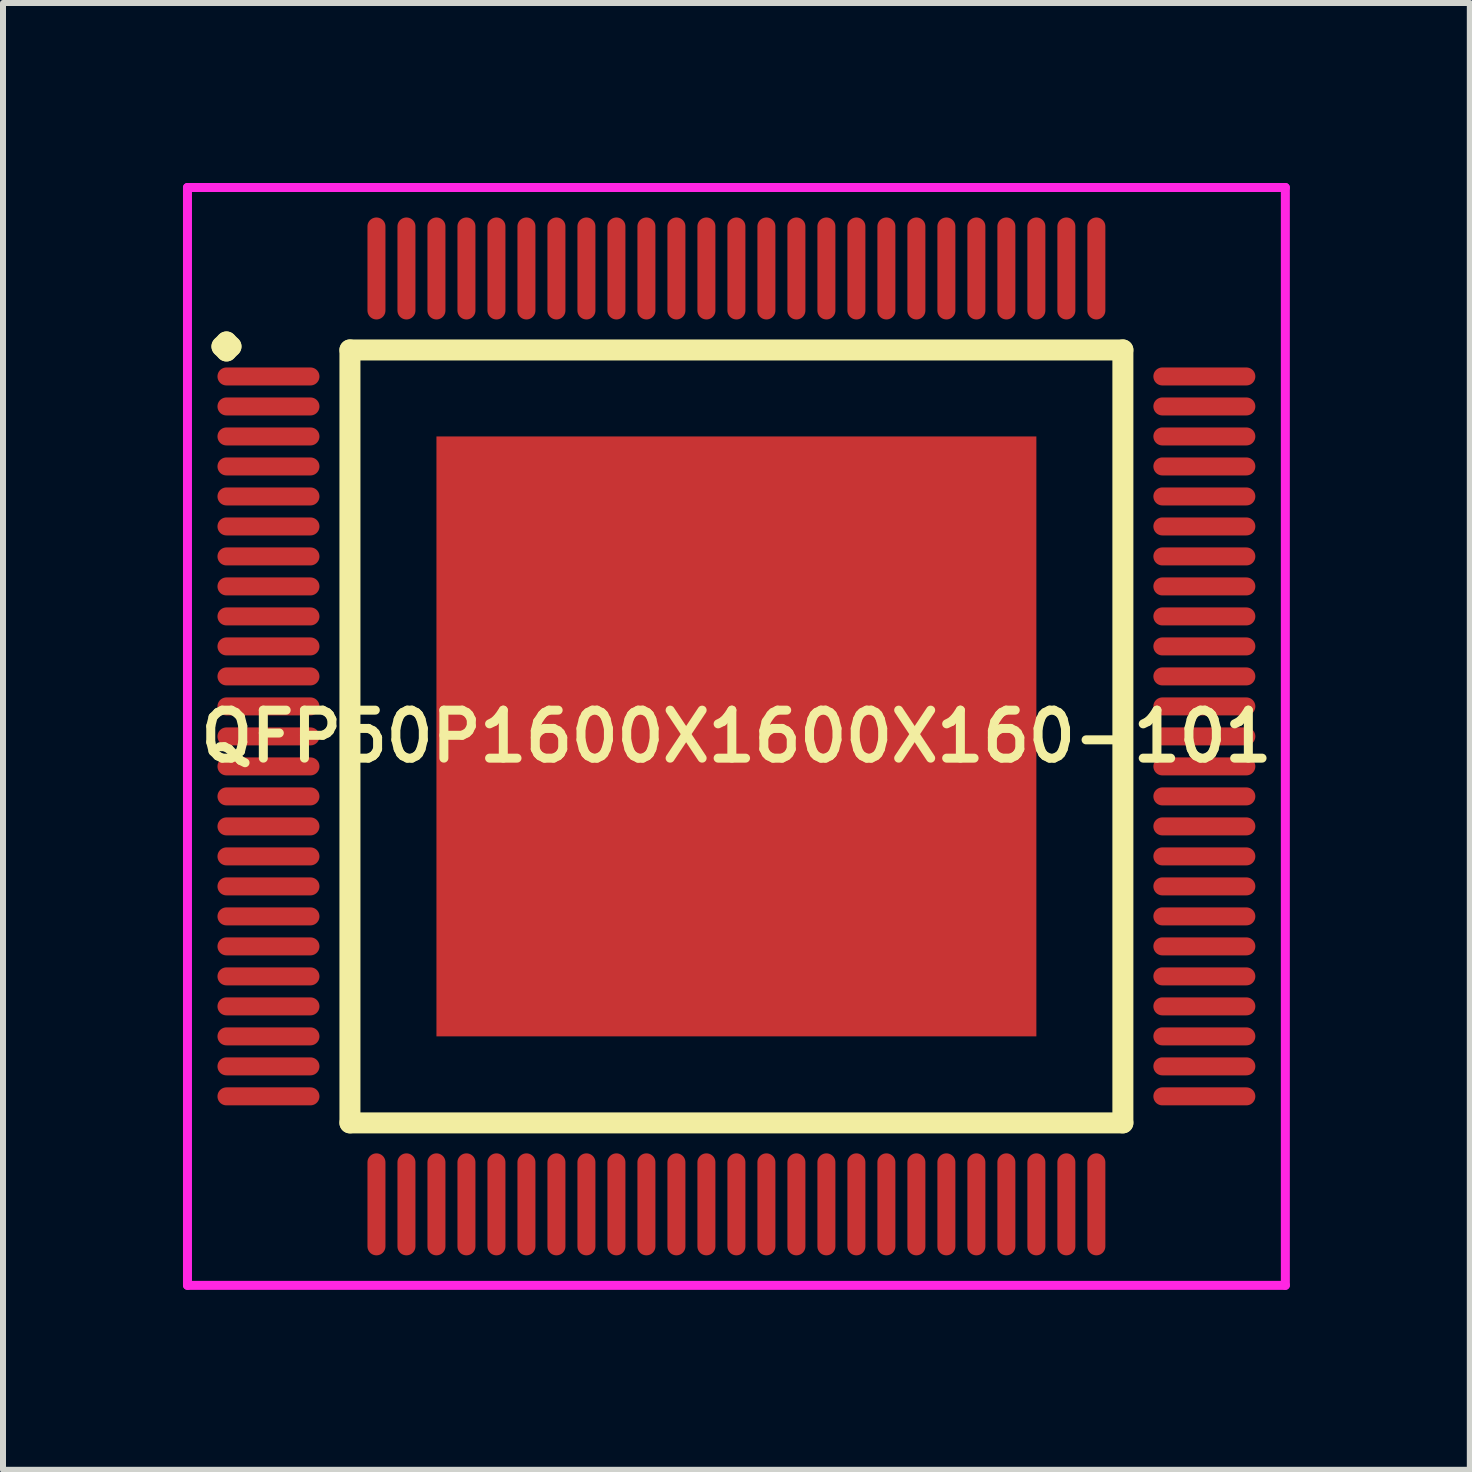
<source format=kicad_pcb>
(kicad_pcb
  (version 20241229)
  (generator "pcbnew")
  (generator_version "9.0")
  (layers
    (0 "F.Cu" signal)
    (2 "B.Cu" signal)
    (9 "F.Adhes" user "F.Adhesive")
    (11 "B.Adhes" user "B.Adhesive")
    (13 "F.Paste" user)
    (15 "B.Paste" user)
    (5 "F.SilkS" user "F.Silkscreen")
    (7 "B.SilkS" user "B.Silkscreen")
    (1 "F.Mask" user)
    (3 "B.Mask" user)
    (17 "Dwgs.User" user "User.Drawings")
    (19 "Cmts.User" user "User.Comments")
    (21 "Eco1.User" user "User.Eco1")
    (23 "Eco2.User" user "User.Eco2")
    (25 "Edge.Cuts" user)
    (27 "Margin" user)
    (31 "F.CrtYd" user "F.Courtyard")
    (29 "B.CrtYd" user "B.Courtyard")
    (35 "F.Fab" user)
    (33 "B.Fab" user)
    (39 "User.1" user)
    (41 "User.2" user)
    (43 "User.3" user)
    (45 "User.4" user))
  (footprint "QFP50P1600X1600X160-101"
    (layer "F.Cu")
    (at 9.225 9.225)
    (property "Reference" "QFP50P1600X1600X160-101" (at 0 0 0) (layer "F.SilkS") (effects (font (size 0.8 0.8) (thickness 0.15))))
    (attr smd)
    (fp_line (start -8.575 -6.5) (end -8.5 -6.575) (stroke (width 0.35) (type solid)) (layer "F.SilkS"))
    (fp_line (start -8.5 -6.575) (end -8.425 -6.5) (stroke (width 0.35) (type solid)) (layer "F.SilkS"))
    (fp_line (start -8.5 -6.425) (end -8.575 -6.5) (stroke (width 0.35) (type solid)) (layer "F.SilkS"))
    (fp_line (start -8.425 -6.5) (end -8.5 -6.425) (stroke (width 0.35) (type solid)) (layer "F.SilkS"))
    (fp_line (start -6.442 -6.442) (end -6.442 6.442) (stroke (width 0.35) (type solid)) (layer "F.SilkS"))
    (fp_line (start -6.442 6.442) (end 6.442 6.442) (stroke (width 0.35) (type solid)) (layer "F.SilkS"))
    (fp_line (start 6.442 -6.442) (end -6.442 -6.442) (stroke (width 0.35) (type solid)) (layer "F.SilkS"))
    (fp_line (start 6.442 6.442) (end 6.442 -6.442) (stroke (width 0.35) (type solid)) (layer "F.SilkS"))
    (fp_line (start -9.15 -9.15) (end 9.15 -9.15) (stroke (width 0.15) (type solid)) (layer "F.CrtYd"))
    (fp_line (start -9.15 9.15) (end -9.15 -9.15) (stroke (width 0.15) (type solid)) (layer "F.CrtYd"))
    (fp_line (start 9.15 -9.15) (end 9.15 9.15) (stroke (width 0.15) (type solid)) (layer "F.CrtYd"))
    (fp_line (start 9.15 9.15) (end -9.15 9.15) (stroke (width 0.15) (type solid)) (layer "F.CrtYd"))
    (pad "1" smd oval (at -7.8 -6) (size 1.7 0.3) (layers "F.Cu" "F.Mask" "F.Paste"))
    (pad "2" smd oval (at -7.8 -5.5) (size 1.7 0.3) (layers "F.Cu" "F.Mask" "F.Paste"))
    (pad "3" smd oval (at -7.8 -5) (size 1.7 0.3) (layers "F.Cu" "F.Mask" "F.Paste"))
    (pad "4" smd oval (at -7.8 -4.5) (size 1.7 0.3) (layers "F.Cu" "F.Mask" "F.Paste"))
    (pad "5" smd oval (at -7.8 -4) (size 1.7 0.3) (layers "F.Cu" "F.Mask" "F.Paste"))
    (pad "6" smd oval (at -7.8 -3.5) (size 1.7 0.3) (layers "F.Cu" "F.Mask" "F.Paste"))
    (pad "7" smd oval (at -7.8 -3) (size 1.7 0.3) (layers "F.Cu" "F.Mask" "F.Paste"))
    (pad "8" smd oval (at -7.8 -2.5) (size 1.7 0.3) (layers "F.Cu" "F.Mask" "F.Paste"))
    (pad "9" smd oval (at -7.8 -2) (size 1.7 0.3) (layers "F.Cu" "F.Mask" "F.Paste"))
    (pad "10" smd oval (at -7.8 -1.5) (size 1.7 0.3) (layers "F.Cu" "F.Mask" "F.Paste"))
    (pad "11" smd oval (at -7.8 -1) (size 1.7 0.3) (layers "F.Cu" "F.Mask" "F.Paste"))
    (pad "12" smd oval (at -7.8 -0.5) (size 1.7 0.3) (layers "F.Cu" "F.Mask" "F.Paste"))
    (pad "13" smd oval (at -7.8 0) (size 1.7 0.3) (layers "F.Cu" "F.Mask" "F.Paste"))
    (pad "14" smd oval (at -7.8 0.5) (size 1.7 0.3) (layers "F.Cu" "F.Mask" "F.Paste"))
    (pad "15" smd oval (at -7.8 1) (size 1.7 0.3) (layers "F.Cu" "F.Mask" "F.Paste"))
    (pad "16" smd oval (at -7.8 1.5) (size 1.7 0.3) (layers "F.Cu" "F.Mask" "F.Paste"))
    (pad "17" smd oval (at -7.8 2) (size 1.7 0.3) (layers "F.Cu" "F.Mask" "F.Paste"))
    (pad "18" smd oval (at -7.8 2.5) (size 1.7 0.3) (layers "F.Cu" "F.Mask" "F.Paste"))
    (pad "19" smd oval (at -7.8 3) (size 1.7 0.3) (layers "F.Cu" "F.Mask" "F.Paste"))
    (pad "20" smd oval (at -7.8 3.5) (size 1.7 0.3) (layers "F.Cu" "F.Mask" "F.Paste"))
    (pad "21" smd oval (at -7.8 4) (size 1.7 0.3) (layers "F.Cu" "F.Mask" "F.Paste"))
    (pad "22" smd oval (at -7.8 4.5) (size 1.7 0.3) (layers "F.Cu" "F.Mask" "F.Paste"))
    (pad "23" smd oval (at -7.8 5) (size 1.7 0.3) (layers "F.Cu" "F.Mask" "F.Paste"))
    (pad "24" smd oval (at -7.8 5.5) (size 1.7 0.3) (layers "F.Cu" "F.Mask" "F.Paste"))
    (pad "25" smd oval (at -7.8 6) (size 1.7 0.3) (layers "F.Cu" "F.Mask" "F.Paste"))
    (pad "26" smd oval (at -6 7.8) (size 0.3 1.7) (layers "F.Cu" "F.Mask" "F.Paste"))
    (pad "27" smd oval (at -5.5 7.8) (size 0.3 1.7) (layers "F.Cu" "F.Mask" "F.Paste"))
    (pad "28" smd oval (at -5 7.8) (size 0.3 1.7) (layers "F.Cu" "F.Mask" "F.Paste"))
    (pad "29" smd oval (at -4.5 7.8) (size 0.3 1.7) (layers "F.Cu" "F.Mask" "F.Paste"))
    (pad "30" smd oval (at -4 7.8) (size 0.3 1.7) (layers "F.Cu" "F.Mask" "F.Paste"))
    (pad "31" smd oval (at -3.5 7.8) (size 0.3 1.7) (layers "F.Cu" "F.Mask" "F.Paste"))
    (pad "32" smd oval (at -3 7.8) (size 0.3 1.7) (layers "F.Cu" "F.Mask" "F.Paste"))
    (pad "33" smd oval (at -2.5 7.8) (size 0.3 1.7) (layers "F.Cu" "F.Mask" "F.Paste"))
    (pad "34" smd oval (at -2 7.8) (size 0.3 1.7) (layers "F.Cu" "F.Mask" "F.Paste"))
    (pad "35" smd oval (at -1.5 7.8) (size 0.3 1.7) (layers "F.Cu" "F.Mask" "F.Paste"))
    (pad "36" smd oval (at -1 7.8) (size 0.3 1.7) (layers "F.Cu" "F.Mask" "F.Paste"))
    (pad "37" smd oval (at -0.5 7.8) (size 0.3 1.7) (layers "F.Cu" "F.Mask" "F.Paste"))
    (pad "38" smd oval (at 0 7.8) (size 0.3 1.7) (layers "F.Cu" "F.Mask" "F.Paste"))
    (pad "39" smd oval (at 0.5 7.8) (size 0.3 1.7) (layers "F.Cu" "F.Mask" "F.Paste"))
    (pad "40" smd oval (at 1 7.8) (size 0.3 1.7) (layers "F.Cu" "F.Mask" "F.Paste"))
    (pad "41" smd oval (at 1.5 7.8) (size 0.3 1.7) (layers "F.Cu" "F.Mask" "F.Paste"))
    (pad "42" smd oval (at 2 7.8) (size 0.3 1.7) (layers "F.Cu" "F.Mask" "F.Paste"))
    (pad "43" smd oval (at 2.5 7.8) (size 0.3 1.7) (layers "F.Cu" "F.Mask" "F.Paste"))
    (pad "44" smd oval (at 3 7.8) (size 0.3 1.7) (layers "F.Cu" "F.Mask" "F.Paste"))
    (pad "45" smd oval (at 3.5 7.8) (size 0.3 1.7) (layers "F.Cu" "F.Mask" "F.Paste"))
    (pad "46" smd oval (at 4 7.8) (size 0.3 1.7) (layers "F.Cu" "F.Mask" "F.Paste"))
    (pad "47" smd oval (at 4.5 7.8) (size 0.3 1.7) (layers "F.Cu" "F.Mask" "F.Paste"))
    (pad "48" smd oval (at 5 7.8) (size 0.3 1.7) (layers "F.Cu" "F.Mask" "F.Paste"))
    (pad "49" smd oval (at 5.5 7.8) (size 0.3 1.7) (layers "F.Cu" "F.Mask" "F.Paste"))
    (pad "50" smd oval (at 6 7.8) (size 0.3 1.7) (layers "F.Cu" "F.Mask" "F.Paste"))
    (pad "51" smd oval (at 7.8 6) (size 1.7 0.3) (layers "F.Cu" "F.Mask" "F.Paste"))
    (pad "52" smd oval (at 7.8 5.5) (size 1.7 0.3) (layers "F.Cu" "F.Mask" "F.Paste"))
    (pad "53" smd oval (at 7.8 5) (size 1.7 0.3) (layers "F.Cu" "F.Mask" "F.Paste"))
    (pad "54" smd oval (at 7.8 4.5) (size 1.7 0.3) (layers "F.Cu" "F.Mask" "F.Paste"))
    (pad "55" smd oval (at 7.8 4) (size 1.7 0.3) (layers "F.Cu" "F.Mask" "F.Paste"))
    (pad "56" smd oval (at 7.8 3.5) (size 1.7 0.3) (layers "F.Cu" "F.Mask" "F.Paste"))
    (pad "57" smd oval (at 7.8 3) (size 1.7 0.3) (layers "F.Cu" "F.Mask" "F.Paste"))
    (pad "58" smd oval (at 7.8 2.5) (size 1.7 0.3) (layers "F.Cu" "F.Mask" "F.Paste"))
    (pad "59" smd oval (at 7.8 2) (size 1.7 0.3) (layers "F.Cu" "F.Mask" "F.Paste"))
    (pad "60" smd oval (at 7.8 1.5) (size 1.7 0.3) (layers "F.Cu" "F.Mask" "F.Paste"))
    (pad "61" smd oval (at 7.8 1) (size 1.7 0.3) (layers "F.Cu" "F.Mask" "F.Paste"))
    (pad "62" smd oval (at 7.8 0.5) (size 1.7 0.3) (layers "F.Cu" "F.Mask" "F.Paste"))
    (pad "63" smd oval (at 7.8 0) (size 1.7 0.3) (layers "F.Cu" "F.Mask" "F.Paste"))
    (pad "64" smd oval (at 7.8 -0.5) (size 1.7 0.3) (layers "F.Cu" "F.Mask" "F.Paste"))
    (pad "65" smd oval (at 7.8 -1) (size 1.7 0.3) (layers "F.Cu" "F.Mask" "F.Paste"))
    (pad "66" smd oval (at 7.8 -1.5) (size 1.7 0.3) (layers "F.Cu" "F.Mask" "F.Paste"))
    (pad "67" smd oval (at 7.8 -2) (size 1.7 0.3) (layers "F.Cu" "F.Mask" "F.Paste"))
    (pad "68" smd oval (at 7.8 -2.5) (size 1.7 0.3) (layers "F.Cu" "F.Mask" "F.Paste"))
    (pad "69" smd oval (at 7.8 -3) (size 1.7 0.3) (layers "F.Cu" "F.Mask" "F.Paste"))
    (pad "70" smd oval (at 7.8 -3.5) (size 1.7 0.3) (layers "F.Cu" "F.Mask" "F.Paste"))
    (pad "71" smd oval (at 7.8 -4) (size 1.7 0.3) (layers "F.Cu" "F.Mask" "F.Paste"))
    (pad "72" smd oval (at 7.8 -4.5) (size 1.7 0.3) (layers "F.Cu" "F.Mask" "F.Paste"))
    (pad "73" smd oval (at 7.8 -5) (size 1.7 0.3) (layers "F.Cu" "F.Mask" "F.Paste"))
    (pad "74" smd oval (at 7.8 -5.5) (size 1.7 0.3) (layers "F.Cu" "F.Mask" "F.Paste"))
    (pad "75" smd oval (at 7.8 -6) (size 1.7 0.3) (layers "F.Cu" "F.Mask" "F.Paste"))
    (pad "76" smd oval (at 6 -7.8) (size 0.3 1.7) (layers "F.Cu" "F.Mask" "F.Paste"))
    (pad "77" smd oval (at 5.5 -7.8) (size 0.3 1.7) (layers "F.Cu" "F.Mask" "F.Paste"))
    (pad "78" smd oval (at 5 -7.8) (size 0.3 1.7) (layers "F.Cu" "F.Mask" "F.Paste"))
    (pad "79" smd oval (at 4.5 -7.8) (size 0.3 1.7) (layers "F.Cu" "F.Mask" "F.Paste"))
    (pad "80" smd oval (at 4 -7.8) (size 0.3 1.7) (layers "F.Cu" "F.Mask" "F.Paste"))
    (pad "81" smd oval (at 3.5 -7.8) (size 0.3 1.7) (layers "F.Cu" "F.Mask" "F.Paste"))
    (pad "82" smd oval (at 3 -7.8) (size 0.3 1.7) (layers "F.Cu" "F.Mask" "F.Paste"))
    (pad "83" smd oval (at 2.5 -7.8) (size 0.3 1.7) (layers "F.Cu" "F.Mask" "F.Paste"))
    (pad "84" smd oval (at 2 -7.8) (size 0.3 1.7) (layers "F.Cu" "F.Mask" "F.Paste"))
    (pad "85" smd oval (at 1.5 -7.8) (size 0.3 1.7) (layers "F.Cu" "F.Mask" "F.Paste"))
    (pad "86" smd oval (at 1 -7.8) (size 0.3 1.7) (layers "F.Cu" "F.Mask" "F.Paste"))
    (pad "87" smd oval (at 0.5 -7.8) (size 0.3 1.7) (layers "F.Cu" "F.Mask" "F.Paste"))
    (pad "88" smd oval (at 0 -7.8) (size 0.3 1.7) (layers "F.Cu" "F.Mask" "F.Paste"))
    (pad "89" smd oval (at -0.5 -7.8) (size 0.3 1.7) (layers "F.Cu" "F.Mask" "F.Paste"))
    (pad "90" smd oval (at -1 -7.8) (size 0.3 1.7) (layers "F.Cu" "F.Mask" "F.Paste"))
    (pad "91" smd oval (at -1.5 -7.8) (size 0.3 1.7) (layers "F.Cu" "F.Mask" "F.Paste"))
    (pad "92" smd oval (at -2 -7.8) (size 0.3 1.7) (layers "F.Cu" "F.Mask" "F.Paste"))
    (pad "93" smd oval (at -2.5 -7.8) (size 0.3 1.7) (layers "F.Cu" "F.Mask" "F.Paste"))
    (pad "94" smd oval (at -3 -7.8) (size 0.3 1.7) (layers "F.Cu" "F.Mask" "F.Paste"))
    (pad "95" smd oval (at -3.5 -7.8) (size 0.3 1.7) (layers "F.Cu" "F.Mask" "F.Paste"))
    (pad "96" smd oval (at -4 -7.8) (size 0.3 1.7) (layers "F.Cu" "F.Mask" "F.Paste"))
    (pad "97" smd oval (at -4.5 -7.8) (size 0.3 1.7) (layers "F.Cu" "F.Mask" "F.Paste"))
    (pad "98" smd oval (at -5 -7.8) (size 0.3 1.7) (layers "F.Cu" "F.Mask" "F.Paste"))
    (pad "99" smd oval (at -5.5 -7.8) (size 0.3 1.7) (layers "F.Cu" "F.Mask" "F.Paste"))
    (pad "100" smd oval (at -6 -7.8) (size 0.3 1.7) (layers "F.Cu" "F.Mask" "F.Paste"))
    (pad "101" smd rect (at 0 0) (size 10 10) (layers "F.Cu" "F.Mask" "F.Paste")))
  (gr_rect
    (start -3 -3)
    (end 21.45 21.45)
    (stroke (width 0.1) (type default))
    (fill no)
    (layer "Edge.Cuts")))
</source>
